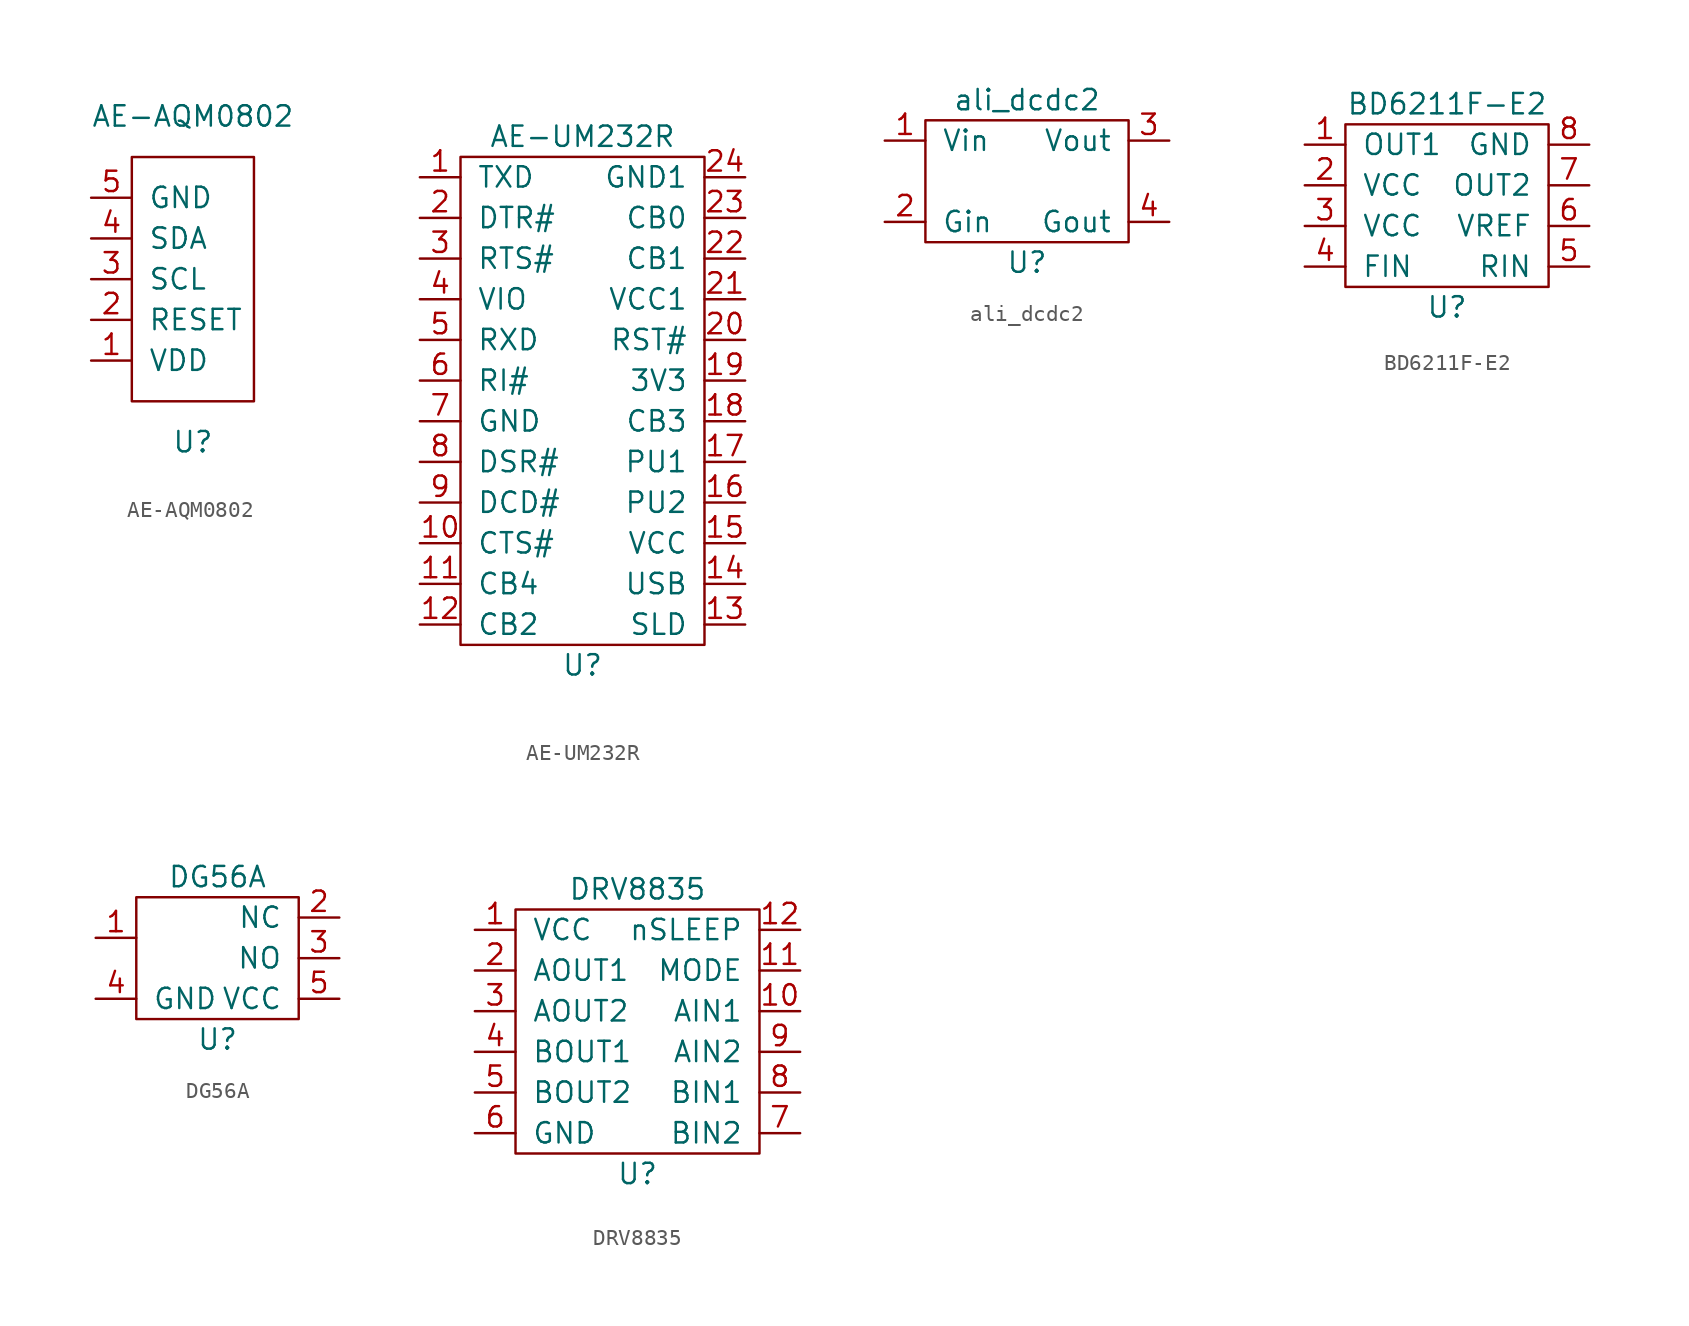
<source format=kicad_sym>
(kicad_symbol_lib
  (version 20211014)
  (generator kicad_symbol_editor)
  (symbol "AE-AQM0802"
    (pin_names
      (offset 1.016))
    (property "Reference" "U"
      (at 0 -10.16 0)
      (effects (font (size 1.27 1.27))))
    (property "Value" "AE-AQM0802"
      (at 0 10.16 0)
      (effects (font (size 1.27 1.27))))
    (symbol "AE-AQM0802_0_1"
      (rectangle (start -3.81 -7.62) (end 3.81 7.62) (stroke (width 0) (type default) (color 0 0 0 0)) (fill (type none))))
    (symbol "AE-AQM0802_1_1"
      (pin input line (at -6.35 -5.08 0) (length 2.54) (name "VDD" (effects (font (size 1.27 1.27)))) (number "1" (effects (font (size 1.27 1.27)))))
      (pin input line (at -6.35 -2.54 0) (length 2.54) (name "RESET" (effects (font (size 1.27 1.27)))) (number "2" (effects (font (size 1.27 1.27)))))
      (pin input line (at -6.35 0 0) (length 2.54) (name "SCL" (effects (font (size 1.27 1.27)))) (number "3" (effects (font (size 1.27 1.27)))))
      (pin input line (at -6.35 2.54 0) (length 2.54) (name "SDA" (effects (font (size 1.27 1.27)))) (number "4" (effects (font (size 1.27 1.27)))))
      (pin input line (at -6.35 5.08 0) (length 2.54) (name "GND" (effects (font (size 1.27 1.27)))) (number "5" (effects (font (size 1.27 1.27)))))))
  (symbol "AE-UM232R"
    (pin_names
      (offset 1.016))
    (property "Reference" "U"
      (at 0 -16.51 0)
      (effects (font (size 1.27 1.27))))
    (property "Value" "AE-UM232R"
      (at 0 16.51 0)
      (effects (font (size 1.27 1.27))))
    (symbol "AE-UM232R_0_1"
      (rectangle (start -7.62 15.24) (end 7.62 -15.24) (stroke (width 0) (type default) (color 0 0 0 0)) (fill (type none))))
    (symbol "AE-UM232R_1_1"
      (pin input line (at -10.16 13.97 0) (length 2.54) (name "TXD" (effects (font (size 1.27 1.27)))) (number "1" (effects (font (size 1.27 1.27)))))
      (pin input line (at -10.16 -8.89 0) (length 2.54) (name "CTS#" (effects (font (size 1.27 1.27)))) (number "10" (effects (font (size 1.27 1.27)))))
      (pin input line (at -10.16 -11.43 0) (length 2.54) (name "CB4" (effects (font (size 1.27 1.27)))) (number "11" (effects (font (size 1.27 1.27)))))
      (pin input line (at -10.16 -13.97 0) (length 2.54) (name "CB2" (effects (font (size 1.27 1.27)))) (number "12" (effects (font (size 1.27 1.27)))))
      (pin input line (at 10.16 -13.97 180) (length 2.54) (name "SLD" (effects (font (size 1.27 1.27)))) (number "13" (effects (font (size 1.27 1.27)))))
      (pin input line (at 10.16 -11.43 180) (length 2.54) (name "USB" (effects (font (size 1.27 1.27)))) (number "14" (effects (font (size 1.27 1.27)))))
      (pin input line (at 10.16 -8.89 180) (length 2.54) (name "VCC" (effects (font (size 1.27 1.27)))) (number "15" (effects (font (size 1.27 1.27)))))
      (pin input line (at 10.16 -6.35 180) (length 2.54) (name "PU2" (effects (font (size 1.27 1.27)))) (number "16" (effects (font (size 1.27 1.27)))))
      (pin input line (at 10.16 -3.81 180) (length 2.54) (name "PU1" (effects (font (size 1.27 1.27)))) (number "17" (effects (font (size 1.27 1.27)))))
      (pin input line (at 10.16 -1.27 180) (length 2.54) (name "CB3" (effects (font (size 1.27 1.27)))) (number "18" (effects (font (size 1.27 1.27)))))
      (pin input line (at 10.16 1.27 180) (length 2.54) (name "3V3" (effects (font (size 1.27 1.27)))) (number "19" (effects (font (size 1.27 1.27)))))
      (pin input line (at -10.16 11.43 0) (length 2.54) (name "DTR#" (effects (font (size 1.27 1.27)))) (number "2" (effects (font (size 1.27 1.27)))))
      (pin input line (at 10.16 3.81 180) (length 2.54) (name "RST#" (effects (font (size 1.27 1.27)))) (number "20" (effects (font (size 1.27 1.27)))))
      (pin input line (at 10.16 6.35 180) (length 2.54) (name "VCC1" (effects (font (size 1.27 1.27)))) (number "21" (effects (font (size 1.27 1.27)))))
      (pin input line (at 10.16 8.89 180) (length 2.54) (name "CB1" (effects (font (size 1.27 1.27)))) (number "22" (effects (font (size 1.27 1.27)))))
      (pin input line (at 10.16 11.43 180) (length 2.54) (name "CB0" (effects (font (size 1.27 1.27)))) (number "23" (effects (font (size 1.27 1.27)))))
      (pin input line (at 10.16 13.97 180) (length 2.54) (name "GND1" (effects (font (size 1.27 1.27)))) (number "24" (effects (font (size 1.27 1.27)))))
      (pin input line (at -10.16 8.89 0) (length 2.54) (name "RTS#" (effects (font (size 1.27 1.27)))) (number "3" (effects (font (size 1.27 1.27)))))
      (pin input line (at -10.16 6.35 0) (length 2.54) (name "VIO" (effects (font (size 1.27 1.27)))) (number "4" (effects (font (size 1.27 1.27)))))
      (pin input line (at -10.16 3.81 0) (length 2.54) (name "RXD" (effects (font (size 1.27 1.27)))) (number "5" (effects (font (size 1.27 1.27)))))
      (pin input line (at -10.16 1.27 0) (length 2.54) (name "RI#" (effects (font (size 1.27 1.27)))) (number "6" (effects (font (size 1.27 1.27)))))
      (pin input line (at -10.16 -1.27 0) (length 2.54) (name "GND" (effects (font (size 1.27 1.27)))) (number "7" (effects (font (size 1.27 1.27)))))
      (pin input line (at -10.16 -3.81 0) (length 2.54) (name "DSR#" (effects (font (size 1.27 1.27)))) (number "8" (effects (font (size 1.27 1.27)))))
      (pin input line (at -10.16 -6.35 0) (length 2.54) (name "DCD#" (effects (font (size 1.27 1.27)))) (number "9" (effects (font (size 1.27 1.27)))))))
  (symbol "ali_dcdc2"
    (pin_names
      (offset 1.016))
    (property "Reference" "U"
      (at 0 -5.08 0)
      (effects (font (size 1.27 1.27))))
    (property "Value" "ali_dcdc2"
      (at 0 5.08 0)
      (effects (font (size 1.27 1.27))))
    (symbol "ali_dcdc2_0_1"
      (rectangle (start -6.35 3.81) (end 6.35 -3.81) (stroke (width 0) (type default) (color 0 0 0 0)) (fill (type none))))
    (symbol "ali_dcdc2_1_1"
      (pin input line (at -8.89 2.54 0) (length 2.54) (name "Vin" (effects (font (size 1.27 1.27)))) (number "1" (effects (font (size 1.27 1.27)))))
      (pin input line (at -8.89 -2.54 0) (length 2.54) (name "Gin" (effects (font (size 1.27 1.27)))) (number "2" (effects (font (size 1.27 1.27)))))
      (pin input line (at 8.89 2.54 180) (length 2.54) (name "Vout" (effects (font (size 1.27 1.27)))) (number "3" (effects (font (size 1.27 1.27)))))
      (pin input line (at 8.89 -2.54 180) (length 2.54) (name "Gout" (effects (font (size 1.27 1.27)))) (number "4" (effects (font (size 1.27 1.27)))))))
  (symbol "BD6211F-E2"
    (pin_names
      (offset 1.016))
    (property "Reference" "U"
      (at 0 -5.08 0)
      (effects (font (size 1.27 1.27))))
    (property "Value" "BD6211F-E2"
      (at 0 7.62 0)
      (effects (font (size 1.27 1.27))))
    (symbol "BD6211F-E2_0_1"
      (rectangle (start -6.35 6.35) (end 6.35 -3.81) (stroke (width 0) (type default) (color 0 0 0 0)) (fill (type none))))
    (symbol "BD6211F-E2_1_1"
      (pin input line (at -8.89 5.08 0) (length 2.54) (name "OUT1" (effects (font (size 1.27 1.27)))) (number "1" (effects (font (size 1.27 1.27)))))
      (pin input line (at -8.89 2.54 0) (length 2.54) (name "VCC" (effects (font (size 1.27 1.27)))) (number "2" (effects (font (size 1.27 1.27)))))
      (pin input line (at -8.89 0 0) (length 2.54) (name "VCC" (effects (font (size 1.27 1.27)))) (number "3" (effects (font (size 1.27 1.27)))))
      (pin input line (at -8.89 -2.54 0) (length 2.54) (name "FIN" (effects (font (size 1.27 1.27)))) (number "4" (effects (font (size 1.27 1.27)))))
      (pin input line (at 8.89 -2.54 180) (length 2.54) (name "RIN" (effects (font (size 1.27 1.27)))) (number "5" (effects (font (size 1.27 1.27)))))
      (pin input line (at 8.89 0 180) (length 2.54) (name "VREF" (effects (font (size 1.27 1.27)))) (number "6" (effects (font (size 1.27 1.27)))))
      (pin input line (at 8.89 2.54 180) (length 2.54) (name "OUT2" (effects (font (size 1.27 1.27)))) (number "7" (effects (font (size 1.27 1.27)))))
      (pin input line (at 8.89 5.08 180) (length 2.54) (name "GND" (effects (font (size 1.27 1.27)))) (number "8" (effects (font (size 1.27 1.27)))))))
  (symbol "DG56A"
    (pin_names
      (offset 1.016))
    (property "Reference" "U"
      (at 0 -3.81 0)
      (effects (font (size 1.27 1.27))))
    (property "Value" "DG56A"
      (at 0 6.35 0)
      (effects (font (size 1.27 1.27))))
    (symbol "DG56A_0_1"
      (rectangle (start -5.08 5.08) (end 5.08 -2.54) (stroke (width 0) (type default) (color 0 0 0 0)) (fill (type none))))
    (symbol "DG56A_1_1"
      (pin input line (at -7.62 2.54 0) (length 2.54) (name "~" (effects (font (size 1.27 1.27)))) (number "1" (effects (font (size 1.27 1.27)))))
      (pin input line (at 7.62 3.81 180) (length 2.54) (name "NC" (effects (font (size 1.27 1.27)))) (number "2" (effects (font (size 1.27 1.27)))))
      (pin input line (at 7.62 1.27 180) (length 2.54) (name "NO" (effects (font (size 1.27 1.27)))) (number "3" (effects (font (size 1.27 1.27)))))
      (pin input line (at -7.62 -1.27 0) (length 2.54) (name "GND" (effects (font (size 1.27 1.27)))) (number "4" (effects (font (size 1.27 1.27)))))
      (pin input line (at 7.62 -1.27 180) (length 2.54) (name "VCC" (effects (font (size 1.27 1.27)))) (number "5" (effects (font (size 1.27 1.27)))))))
  (symbol "DRV8835"
    (pin_names
      (offset 1.016))
    (property "Reference" "U"
      (at 0 -8.89 0)
      (effects (font (size 1.27 1.27))))
    (property "Value" "DRV8835"
      (at 0 8.89 0)
      (effects (font (size 1.27 1.27))))
    (symbol "DRV8835_0_1"
      (rectangle (start -7.62 7.62) (end 7.62 -7.62) (stroke (width 0) (type default) (color 0 0 0 0)) (fill (type none))))
    (symbol "DRV8835_1_1"
      (pin input line (at -10.16 6.35 0) (length 2.54) (name "VCC" (effects (font (size 1.27 1.27)))) (number "1" (effects (font (size 1.27 1.27)))))
      (pin input line (at 10.16 1.27 180) (length 2.54) (name "AIN1" (effects (font (size 1.27 1.27)))) (number "10" (effects (font (size 1.27 1.27)))))
      (pin input line (at 10.16 3.81 180) (length 2.54) (name "MODE" (effects (font (size 1.27 1.27)))) (number "11" (effects (font (size 1.27 1.27)))))
      (pin input line (at 10.16 6.35 180) (length 2.54) (name "nSLEEP" (effects (font (size 1.27 1.27)))) (number "12" (effects (font (size 1.27 1.27)))))
      (pin input line (at -10.16 3.81 0) (length 2.54) (name "AOUT1" (effects (font (size 1.27 1.27)))) (number "2" (effects (font (size 1.27 1.27)))))
      (pin input line (at -10.16 1.27 0) (length 2.54) (name "AOUT2" (effects (font (size 1.27 1.27)))) (number "3" (effects (font (size 1.27 1.27)))))
      (pin input line (at -10.16 -1.27 0) (length 2.54) (name "BOUT1" (effects (font (size 1.27 1.27)))) (number "4" (effects (font (size 1.27 1.27)))))
      (pin input line (at -10.16 -3.81 0) (length 2.54) (name "BOUT2" (effects (font (size 1.27 1.27)))) (number "5" (effects (font (size 1.27 1.27)))))
      (pin input line (at -10.16 -6.35 0) (length 2.54) (name "GND" (effects (font (size 1.27 1.27)))) (number "6" (effects (font (size 1.27 1.27)))))
      (pin input line (at 10.16 -6.35 180) (length 2.54) (name "BIN2" (effects (font (size 1.27 1.27)))) (number "7" (effects (font (size 1.27 1.27)))))
      (pin input line (at 10.16 -3.81 180) (length 2.54) (name "BIN1" (effects (font (size 1.27 1.27)))) (number "8" (effects (font (size 1.27 1.27)))))
      (pin input line (at 10.16 -1.27 180) (length 2.54) (name "AIN2" (effects (font (size 1.27 1.27)))) (number "9" (effects (font (size 1.27 1.27))))))))
</source>
